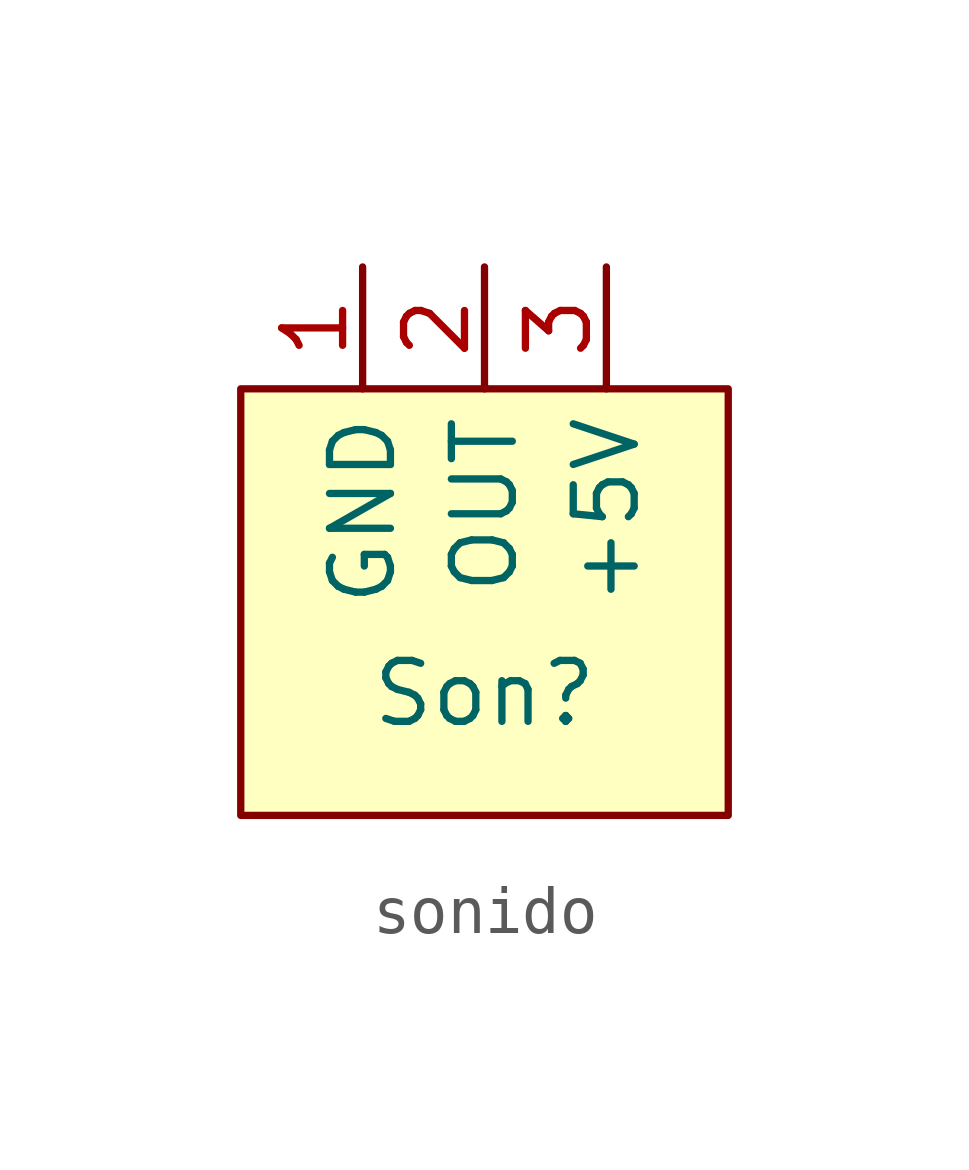
<source format=kicad_sym>
(kicad_symbol_lib
  (version 20220914)
  (generator kicad_symbol_editor)
  (symbol "sonido"
    (property "Reference" "Son"
      (at 0 -7.62 0)
      (effects (font (size 1.27 1.27))))
    (property "Value" ""
      (at 0 0 0)
      (effects (font (size 1.27 1.27))))
    (symbol "sonido_1_1"
      (rectangle (start -5.08 -1.27) (end 5.08 -10.16) (stroke (width 0) (type default)) (fill (type background)))
      (pin input line (at -2.54 1.27 270) (length 2.54) (name "GND" (effects (font (size 1.27 1.27)))) (number "1" (effects (font (size 1.27 1.27)))))
      (pin input line (at 0 1.27 270) (length 2.54) (name "OUT" (effects (font (size 1.27 1.27)))) (number "2" (effects (font (size 1.27 1.27)))))
      (pin input line (at 2.54 1.27 270) (length 2.54) (name "+5V" (effects (font (size 1.27 1.27)))) (number "3" (effects (font (size 1.27 1.27))))))))
</source>
